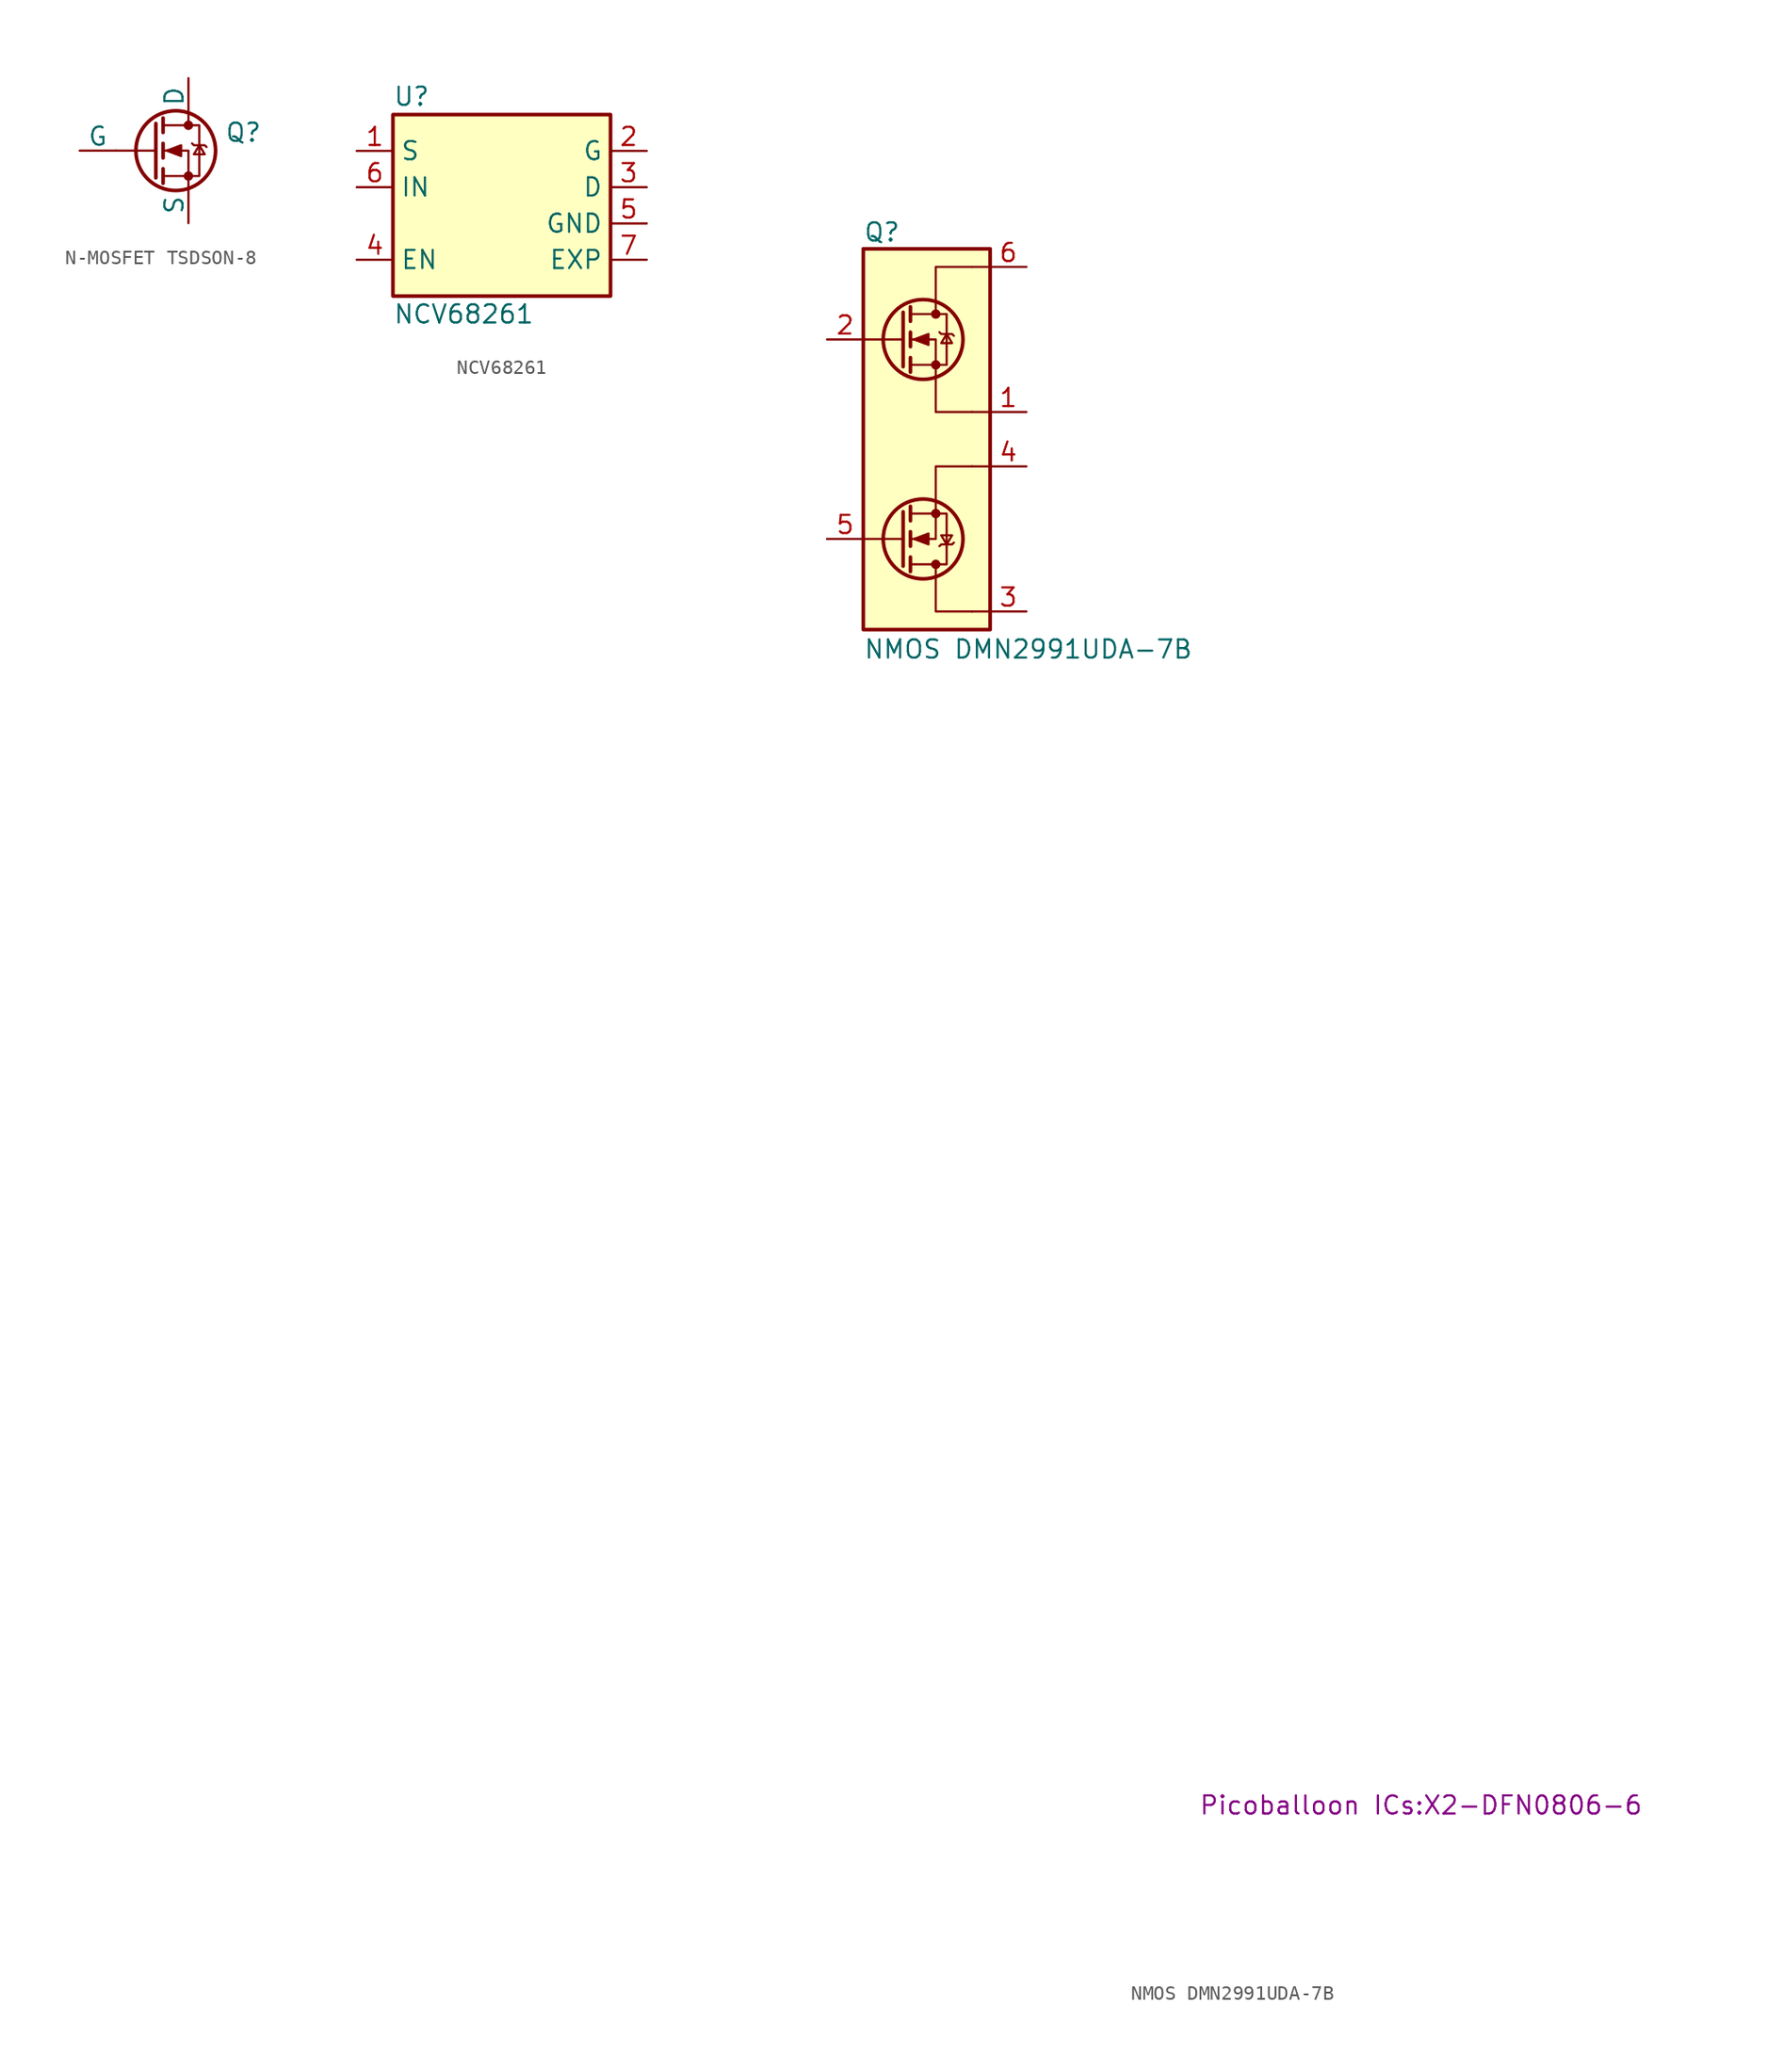
<source format=kicad_sym>
(kicad_symbol_lib
  (version 20241209)
  (generator "kicad_symbol_editor")
  (generator_version "9.0")
  (symbol "N-MOSFET TSDSON-8"
    (pin_numbers
      (hide yes))
    (pin_names
      (offset 0))
    (property "Reference" "Q"
      (at 5.08 1.27 0)
      (effects (font (size 1.27 1.27)) (justify left)))
    (property "Value" ""
      (at 5.08 -1.27 0)
      (effects (font (size 1.27 1.27)) (justify left)))
    (symbol "N-MOSFET TSDSON-8_0_1"
      (polyline (pts (xy 0.254 1.905) (xy 0.254 -1.905)) (stroke (width 0.254) (type default)) (fill (type none)))
      (polyline (pts (xy 0.254 0) (xy -2.54 0)) (stroke (width 0) (type default)) (fill (type none)))
      (polyline (pts (xy 0.762 2.286) (xy 0.762 1.27)) (stroke (width 0.254) (type default)) (fill (type none)))
      (polyline (pts (xy 0.762 0.508) (xy 0.762 -0.508)) (stroke (width 0.254) (type default)) (fill (type none)))
      (polyline (pts (xy 0.762 -1.27) (xy 0.762 -2.286)) (stroke (width 0.254) (type default)) (fill (type none)))
      (polyline (pts (xy 0.762 -1.778) (xy 3.302 -1.778) (xy 3.302 1.778) (xy 0.762 1.778)) (stroke (width 0) (type default)) (fill (type none)))
      (polyline (pts (xy 1.016 0) (xy 2.032 0.381) (xy 2.032 -0.381) (xy 1.016 0)) (stroke (width 0) (type default)) (fill (type outline)))
      (circle (center 1.651 0) (radius 2.794) (stroke (width 0.254) (type default)) (fill (type none)))
      (polyline (pts (xy 2.54 2.54) (xy 2.54 1.778)) (stroke (width 0) (type default)) (fill (type none)))
      (circle (center 2.54 1.778) (radius 0.254) (stroke (width 0) (type default)) (fill (type outline)))
      (circle (center 2.54 -1.778) (radius 0.254) (stroke (width 0) (type default)) (fill (type outline)))
      (polyline (pts (xy 2.54 -2.54) (xy 2.54 0) (xy 0.762 0)) (stroke (width 0) (type default)) (fill (type none)))
      (polyline (pts (xy 2.794 0.508) (xy 2.921 0.381) (xy 3.683 0.381) (xy 3.81 0.254)) (stroke (width 0) (type default)) (fill (type none)))
      (polyline (pts (xy 3.302 0.381) (xy 2.921 -0.254) (xy 3.683 -0.254) (xy 3.302 0.381)) (stroke (width 0) (type default)) (fill (type none))))
    (symbol "N-MOSFET TSDSON-8_1_1"
      (pin input line (at -5.08 0 0) (length 2.54) (name "G" (effects (font (size 1.27 1.27)))) (number "4" (effects (font (size 1.27 1.27)))))
      (pin passive line (at 2.54 5.08 270) (length 2.54) (name "D" (effects (font (size 1.27 1.27)))) (number "5" (effects (font (size 1.27 1.27)))))
      (pin passive line (at 2.54 5.08 270) (length 2.54) (hide yes) (name "D" (effects (font (size 1.27 1.27)))) (number "6" (effects (font (size 1.27 1.27)))))
      (pin passive line (at 2.54 5.08 270) (length 2.54) (hide yes) (name "D" (effects (font (size 1.27 1.27)))) (number "7" (effects (font (size 1.27 1.27)))))
      (pin passive line (at 2.54 5.08 270) (length 2.54) (hide yes) (name "D" (effects (font (size 1.27 1.27)))) (number "8" (effects (font (size 1.27 1.27)))))
      (pin passive line (at 2.54 5.08 270) (length 2.54) (hide yes) (name "D" (effects (font (size 1.27 1.27)))) (number "9" (effects (font (size 1.27 1.27)))))
      (pin passive line (at 2.54 -5.08 90) (length 2.54) (name "S" (effects (font (size 1.27 1.27)))) (number "1" (effects (font (size 1.27 1.27)))))
      (pin passive line (at 2.54 -5.08 90) (length 2.54) (hide yes) (name "S" (effects (font (size 1.27 1.27)))) (number "10" (effects (font (size 1.27 1.27)))))
      (pin passive line (at 2.54 -5.08 90) (length 2.54) (hide yes) (name "S" (effects (font (size 1.27 1.27)))) (number "11" (effects (font (size 1.27 1.27)))))
      (pin passive line (at 2.54 -5.08 90) (length 2.54) (hide yes) (name "S" (effects (font (size 1.27 1.27)))) (number "2" (effects (font (size 1.27 1.27)))))
      (pin passive line (at 2.54 -5.08 90) (length 2.54) (hide yes) (name "S" (effects (font (size 1.27 1.27)))) (number "3" (effects (font (size 1.27 1.27)))))))
  (symbol "NCV68261"
    (property "Reference" "U"
      (at -7.62 7.62 0)
      (do_not_autoplace)
      (effects (font (size 1.27 1.27)) (justify left)))
    (property "Value" "NCV68261"
      (at -7.62 -7.62 0)
      (do_not_autoplace)
      (effects (font (size 1.27 1.27)) (justify left)))
    (symbol "NCV68261_0_0"
      (rectangle (start -7.62 6.35) (end 7.62 -6.35) (stroke (width 0.254) (type default)) (fill (type background))))
    (symbol "NCV68261_1_1"
      (pin power_in line (at -10.16 3.81 0) (length 2.54) (name "S" (effects (font (size 1.27 1.27)))) (number "1" (effects (font (size 1.27 1.27)))))
      (pin power_in line (at -10.16 1.27 0) (length 2.54) (name "IN" (effects (font (size 1.27 1.27)))) (number "6" (effects (font (size 1.27 1.27)))))
      (pin input line (at -10.16 -3.81 0) (length 2.54) (name "EN" (effects (font (size 1.27 1.27)))) (number "4" (effects (font (size 1.27 1.27)))))
      (pin output line (at 10.16 3.81 180) (length 2.54) (name "G" (effects (font (size 1.27 1.27)))) (number "2" (effects (font (size 1.27 1.27)))))
      (pin power_out line (at 10.16 1.27 180) (length 2.54) (name "D" (effects (font (size 1.27 1.27)))) (number "3" (effects (font (size 1.27 1.27)))))
      (pin passive line (at 10.16 -1.27 180) (length 2.54) (name "GND" (effects (font (size 1.27 1.27)))) (number "5" (effects (font (size 1.27 1.27)))))
      (pin passive line (at 10.16 -3.81 180) (length 2.54) (name "EXP" (effects (font (size 1.27 1.27)))) (number "7" (effects (font (size 1.27 1.27)))))))
  (symbol "NMOS DMN2991UDA-7B"
    (property "Reference" "Q"
      (at -4.445 15.24 0)
      (effects (font (size 1.27 1.27)) (justify left top)))
    (property "Value" "NMOS DMN2991UDA-7B"
      (at -4.445 -13.97 0)
      (effects (font (size 1.27 1.27)) (justify left top)))
    (property "Footprint" "Picoballoon ICs:X2-DFN0806-6"
      (at 19.05 -94.92 0)
      (effects (font (size 1.27 1.27)) (justify left top)))
    (symbol "NMOS DMN2991UDA-7B_0_1"
      (polyline (pts (xy -1.651 8.89) (xy -1.651 5.08)) (stroke (width 0.254) (type default)) (fill (type none)))
      (polyline (pts (xy -1.651 6.985) (xy -4.445 6.985)) (stroke (width 0) (type default)) (fill (type none)))
      (polyline (pts (xy -1.651 -6.985) (xy -4.445 -6.985)) (stroke (width 0) (type default)) (fill (type none)))
      (polyline (pts (xy -1.651 -8.89) (xy -1.651 -5.08)) (stroke (width 0.254) (type default)) (fill (type none)))
      (polyline (pts (xy -1.143 9.271) (xy -1.143 8.255)) (stroke (width 0.254) (type default)) (fill (type none)))
      (polyline (pts (xy -1.143 7.493) (xy -1.143 6.477)) (stroke (width 0.254) (type default)) (fill (type none)))
      (polyline (pts (xy -1.143 5.715) (xy -1.143 4.699)) (stroke (width 0.254) (type default)) (fill (type none)))
      (polyline (pts (xy -1.143 5.207) (xy 1.397 5.207) (xy 1.397 8.763) (xy -1.143 8.763)) (stroke (width 0) (type default)) (fill (type none)))
      (polyline (pts (xy -1.143 -5.207) (xy 1.397 -5.207) (xy 1.397 -8.763) (xy -1.143 -8.763)) (stroke (width 0) (type default)) (fill (type none)))
      (polyline (pts (xy -1.143 -5.715) (xy -1.143 -4.699)) (stroke (width 0.254) (type default)) (fill (type none)))
      (polyline (pts (xy -1.143 -7.493) (xy -1.143 -6.477)) (stroke (width 0.254) (type default)) (fill (type none)))
      (polyline (pts (xy -1.143 -9.271) (xy -1.143 -8.255)) (stroke (width 0.254) (type default)) (fill (type none)))
      (polyline (pts (xy -0.889 6.985) (xy 0.127 7.366) (xy 0.127 6.604) (xy -0.889 6.985)) (stroke (width 0) (type default)) (fill (type outline)))
      (polyline (pts (xy -0.889 -6.985) (xy 0.127 -7.366) (xy 0.127 -6.604) (xy -0.889 -6.985)) (stroke (width 0) (type default)) (fill (type outline)))
      (circle (center -0.254 6.985) (radius 2.794) (stroke (width 0.254) (type default)) (fill (type none)))
      (circle (center -0.254 -6.985) (radius 2.794) (stroke (width 0.254) (type default)) (fill (type none)))
      (polyline (pts (xy 0.635 9.525) (xy 0.635 8.763)) (stroke (width 0) (type default)) (fill (type none)))
      (circle (center 0.635 8.763) (radius 0.254) (stroke (width 0) (type default)) (fill (type outline)))
      (circle (center 0.635 5.207) (radius 0.254) (stroke (width 0) (type default)) (fill (type outline)))
      (polyline (pts (xy 0.635 4.445) (xy 0.635 6.985) (xy -1.143 6.985)) (stroke (width 0) (type default)) (fill (type none)))
      (polyline (pts (xy 0.635 4.445) (xy 0.635 1.905) (xy 3.175 1.905)) (stroke (width 0) (type default)) (fill (type none)))
      (polyline (pts (xy 0.635 -4.445) (xy 0.635 -1.905) (xy 3.175 -1.905)) (stroke (width 0) (type default)) (fill (type none)))
      (polyline (pts (xy 0.635 -4.445) (xy 0.635 -6.985) (xy -1.143 -6.985)) (stroke (width 0) (type default)) (fill (type none)))
      (circle (center 0.635 -5.207) (radius 0.254) (stroke (width 0) (type default)) (fill (type outline)))
      (circle (center 0.635 -8.763) (radius 0.254) (stroke (width 0) (type default)) (fill (type outline)))
      (polyline (pts (xy 0.635 -9.525) (xy 0.635 -8.763)) (stroke (width 0) (type default)) (fill (type none)))
      (polyline (pts (xy 0.889 7.493) (xy 1.016 7.366) (xy 1.778 7.366) (xy 1.905 7.239)) (stroke (width 0) (type default)) (fill (type none)))
      (polyline (pts (xy 0.889 -7.493) (xy 1.016 -7.366) (xy 1.778 -7.366) (xy 1.905 -7.239)) (stroke (width 0) (type default)) (fill (type none)))
      (polyline (pts (xy 1.397 7.366) (xy 1.016 6.731) (xy 1.778 6.731) (xy 1.397 7.366)) (stroke (width 0) (type default)) (fill (type none)))
      (polyline (pts (xy 1.397 -7.366) (xy 1.016 -6.731) (xy 1.778 -6.731) (xy 1.397 -7.366)) (stroke (width 0) (type default)) (fill (type none)))
      (polyline (pts (xy 3.175 12.065) (xy 0.635 12.065) (xy 0.635 9.525)) (stroke (width 0) (type default)) (fill (type none)))
      (polyline (pts (xy 3.175 -12.065) (xy 0.635 -12.065) (xy 0.635 -9.525)) (stroke (width 0) (type default)) (fill (type none)))
      (polyline (pts (xy 4.445 12.065) (xy 3.175 12.065)) (stroke (width 0) (type default)) (fill (type none)))
      (polyline (pts (xy 4.445 1.905) (xy 3.175 1.905)) (stroke (width 0) (type default)) (fill (type none)))
      (polyline (pts (xy 4.445 -1.905) (xy 3.175 -1.905)) (stroke (width 0) (type default)) (fill (type none)))
      (polyline (pts (xy 4.445 -12.065) (xy 3.175 -12.065)) (stroke (width 0) (type default)) (fill (type none))))
    (symbol "NMOS DMN2991UDA-7B_1_1"
      (rectangle (start -4.445 13.335) (end 4.445 -13.335) (stroke (width 0.254) (type default)) (fill (type background)))
      (pin passive line (at -6.985 6.985 0) (length 2.54) (name "~" (effects (font (size 1.27 1.27)))) (number "2" (effects (font (size 1.27 1.27)))))
      (pin passive line (at -6.985 -6.985 0) (length 2.54) (name "~" (effects (font (size 1.27 1.27)))) (number "5" (effects (font (size 1.27 1.27)))))
      (pin passive line (at 6.985 12.065 180) (length 2.54) (name "~" (effects (font (size 1.27 1.27)))) (number "6" (effects (font (size 1.27 1.27)))))
      (pin passive line (at 6.985 1.905 180) (length 2.54) (name "~" (effects (font (size 1.27 1.27)))) (number "1" (effects (font (size 1.27 1.27)))))
      (pin passive line (at 6.985 -1.905 180) (length 2.54) (name "~" (effects (font (size 1.27 1.27)))) (number "4" (effects (font (size 1.27 1.27)))))
      (pin passive line (at 6.985 -12.065 180) (length 2.54) (name "~" (effects (font (size 1.27 1.27)))) (number "3" (effects (font (size 1.27 1.27))))))))
</source>
